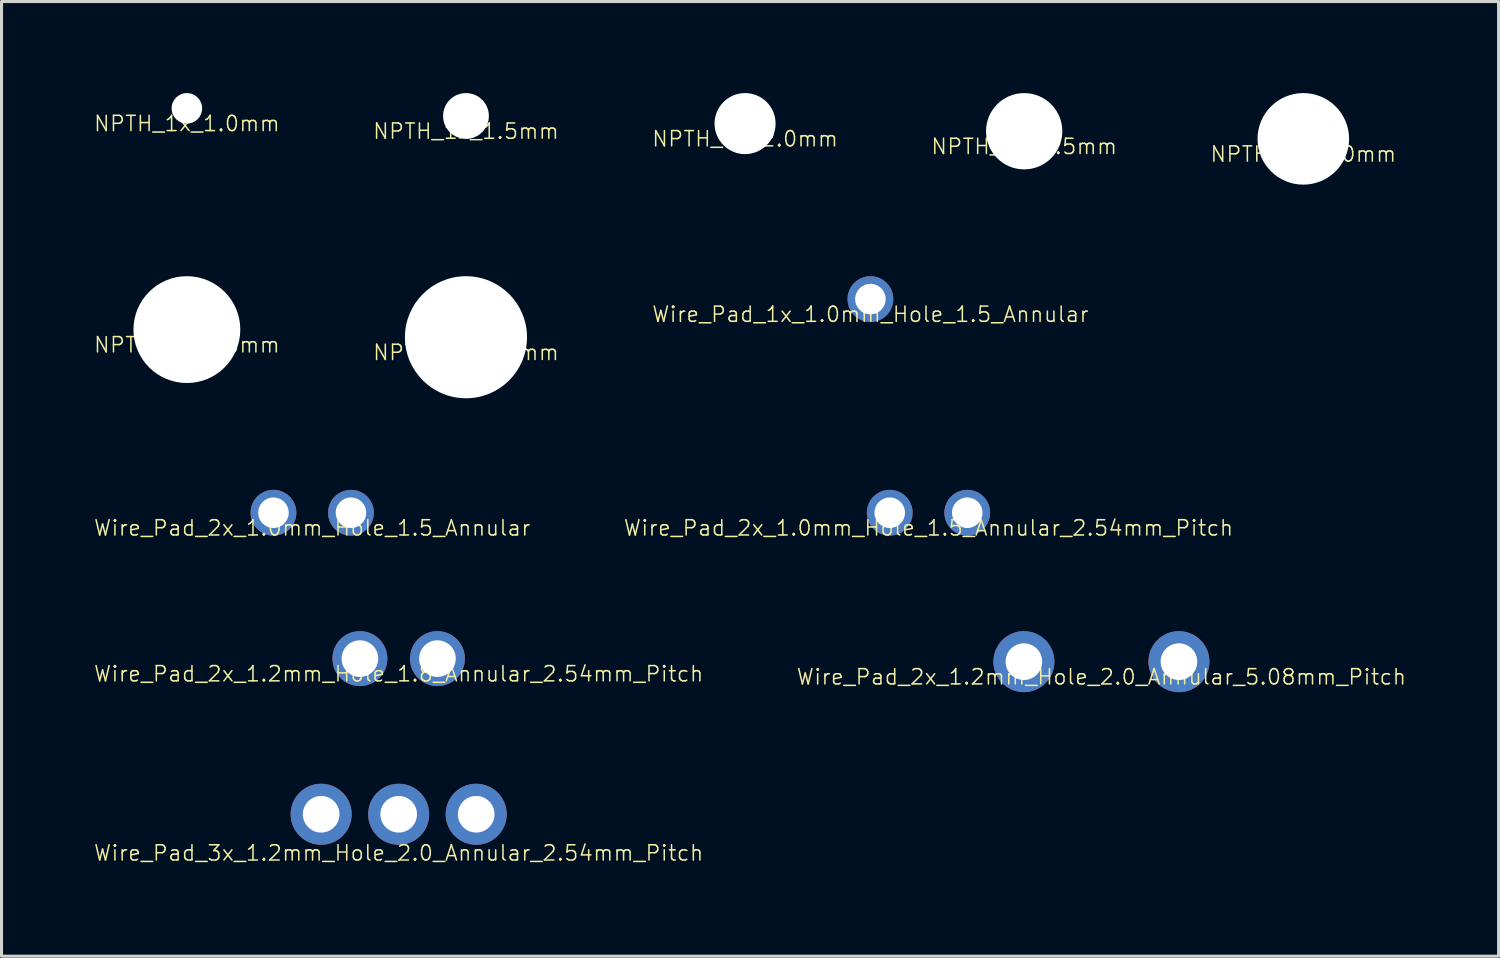
<source format=kicad_pcb>
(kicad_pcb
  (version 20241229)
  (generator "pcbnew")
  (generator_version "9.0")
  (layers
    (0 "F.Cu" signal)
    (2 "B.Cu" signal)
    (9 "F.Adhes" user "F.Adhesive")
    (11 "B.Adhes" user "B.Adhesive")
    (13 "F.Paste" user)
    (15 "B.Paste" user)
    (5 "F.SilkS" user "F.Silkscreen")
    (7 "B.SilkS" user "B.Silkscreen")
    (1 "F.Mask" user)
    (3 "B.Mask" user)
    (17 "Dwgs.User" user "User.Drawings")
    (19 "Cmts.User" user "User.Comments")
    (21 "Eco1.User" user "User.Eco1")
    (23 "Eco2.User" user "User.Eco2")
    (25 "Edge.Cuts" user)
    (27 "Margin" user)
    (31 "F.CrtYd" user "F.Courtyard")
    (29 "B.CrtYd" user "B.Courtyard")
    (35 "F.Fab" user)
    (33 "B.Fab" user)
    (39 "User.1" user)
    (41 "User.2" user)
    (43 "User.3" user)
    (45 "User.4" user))
  (footprint "Wire_Pad_3x_1.2mm_Hole_2.0_Annular_2.54mm_Pitch"
    (layer "F.Cu")
    (at 10.013 23.63)
    (property "Reference" "Wire_Pad_3x_1.2mm_Hole_2.0_Annular_2.54mm_Pitch" (at 0 1.27 0) (layer "F.SilkS") (effects (font (size 0.5 0.5) (thickness 0.05))))
    (attr through_hole)
    (pad "1" thru_hole circle (at -2.54 0) (size 2 2) (drill 1.2) (layers "*.Cu" "*.Mask"))
    (pad "2" thru_hole circle (at 0 0) (size 2 2) (drill 1.2) (layers "*.Cu" "*.Mask"))
    (pad "3" thru_hole circle (at 2.54 0) (size 2 2) (drill 1.2) (layers "*.Cu" "*.Mask")))
  (footprint "NPTH_1x_3.0mm"
    (layer "F.Cu")
    (at 39.654 1.5)
    (property "Reference" "NPTH_1x_3.0mm" (at 0 0.5 0) (layer "F.SilkS") (effects (font (size 0.5 0.5) (thickness 0.05))))
    (attr through_hole)
    (pad "" np_thru_hole circle (at 0 0) (size 3 3) (drill 3) (layers "*.Cu" "*.Mask")))
  (footprint "NPTH_1x_4.0mm"
    (layer "F.Cu")
    (at 12.218 8)
    (property "Reference" "NPTH_1x_4.0mm" (at 0 0.5 0) (layer "F.SilkS") (effects (font (size 0.5 0.5) (thickness 0.05))))
    (attr through_hole)
    (pad "" np_thru_hole circle (at 0 0) (size 4 4) (drill 4) (layers "*.Cu" "*.Mask")))
  (footprint "NPTH_1x_3.5mm"
    (layer "F.Cu")
    (at 3.073 7.75)
    (property "Reference" "NPTH_1x_3.5mm" (at 0 0.5 0) (layer "F.SilkS") (effects (font (size 0.5 0.5) (thickness 0.05))))
    (attr through_hole)
    (pad "" np_thru_hole circle (at 0 0) (size 3.5 3.5) (drill 3.5) (layers "*.Cu" "*.Mask")))
  (footprint "Wire_Pad_2x_1.0mm_Hole_1.5_Annular_2.54mm_Pitch"
    (layer "F.Cu")
    (at 27.373 13.75)
    (property "Reference" "Wire_Pad_2x_1.0mm_Hole_1.5_Annular_2.54mm_Pitch" (at 0 0.5 0) (layer "F.SilkS") (effects (font (size 0.5 0.5) (thickness 0.05))))
    (attr through_hole)
    (pad "1" thru_hole circle (at -1.27 0) (size 1.5 1.5) (drill 1) (layers "*.Cu" "*.Mask"))
    (pad "2" thru_hole circle (at 1.27 0) (size 1.5 1.5) (drill 1) (layers "*.Cu" "*.Mask")))
  (footprint "NPTH_1x_2.5mm"
    (layer "F.Cu")
    (at 30.508 1.25)
    (property "Reference" "NPTH_1x_2.5mm" (at 0 0.5 0) (layer "F.SilkS") (effects (font (size 0.5 0.5) (thickness 0.05))))
    (attr through_hole)
    (pad "" np_thru_hole circle (at 0 0) (size 2.5 2.5) (drill 2.5) (layers "*.Cu" "*.Mask")))
  (footprint "Wire_Pad_2x_1.2mm_Hole_1.8_Annular_2.54mm_Pitch"
    (layer "F.Cu")
    (at 10.013 18.53)
    (property "Reference" "Wire_Pad_2x_1.2mm_Hole_1.8_Annular_2.54mm_Pitch" (at 0 0.5 0) (layer "F.SilkS") (effects (font (size 0.5 0.5) (thickness 0.05))))
    (attr through_hole)
    (pad "1" thru_hole circle (at -1.27 0) (size 1.8 1.8) (drill 1.2) (layers "*.Cu" "*.Mask"))
    (pad "2" thru_hole circle (at 1.27 0) (size 1.8 1.8) (drill 1.2) (layers "*.Cu" "*.Mask")))
  (footprint "NPTH_1x_2.0mm"
    (layer "F.Cu")
    (at 21.363 1)
    (property "Reference" "NPTH_1x_2.0mm" (at 0 0.5 0) (layer "F.SilkS") (effects (font (size 0.5 0.5) (thickness 0.05))))
    (attr through_hole)
    (pad "" np_thru_hole circle (at 0 0) (size 2 2) (drill 2) (layers "*.Cu" "*.Mask")))
  (footprint "Wire_Pad_1x_1.0mm_Hole_1.5_Annular"
    (layer "F.Cu")
    (at 25.47 6.75)
    (property "Reference" "Wire_Pad_1x_1.0mm_Hole_1.5_Annular" (at 0 0.5 0) (layer "F.SilkS") (effects (font (size 0.5 0.5) (thickness 0.05))))
    (attr through_hole)
    (pad "1" thru_hole circle (at 0 0) (size 1.5 1.5) (drill 1) (layers "*.Cu" "*.Mask")))
  (footprint "NPTH_1x_1.0mm"
    (layer "F.Cu")
    (at 3.073 0.5)
    (property "Reference" "NPTH_1x_1.0mm" (at 0 0.5 0) (layer "F.SilkS") (effects (font (size 0.5 0.5) (thickness 0.05))))
    (attr through_hole)
    (pad "" np_thru_hole circle (at 0 0) (size 1 1) (drill 1) (layers "*.Cu" "*.Mask")))
  (footprint "Wire_Pad_2x_1.0mm_Hole_1.5_Annular"
    (layer "F.Cu")
    (at 7.18 13.75)
    (property "Reference" "Wire_Pad_2x_1.0mm_Hole_1.5_Annular" (at 0 0.5 0) (layer "F.SilkS") (effects (font (size 0.5 0.5) (thickness 0.05))))
    (attr through_hole)
    (pad "1" thru_hole circle (at -1.27 0) (size 1.5 1.5) (drill 1) (layers "*.Cu" "*.Mask"))
    (pad "2" thru_hole circle (at 1.27 0) (size 1.5 1.5) (drill 1) (layers "*.Cu" "*.Mask")))
  (footprint "NPTH_1x_1.5mm"
    (layer "F.Cu")
    (at 12.218 0.75)
    (property "Reference" "NPTH_1x_1.5mm" (at 0 0.5 0) (layer "F.SilkS") (effects (font (size 0.5 0.5) (thickness 0.05))))
    (attr through_hole)
    (pad "" np_thru_hole circle (at 0 0) (size 1.5 1.5) (drill 1.5) (layers "*.Cu" "*.Mask")))
  (footprint "Wire_Pad_2x_1.2mm_Hole_2.0_Annular_5.08mm_Pitch"
    (layer "F.Cu")
    (at 33.039 18.63)
    (property "Reference" "Wire_Pad_2x_1.2mm_Hole_2.0_Annular_5.08mm_Pitch" (at 0 0.5 0) (layer "F.SilkS") (effects (font (size 0.5 0.5) (thickness 0.05))))
    (attr through_hole)
    (pad "1" thru_hole circle (at -2.54 0) (size 2 2) (drill 1.2) (layers "*.Cu" "*.Mask"))
    (pad "2" thru_hole circle (at 2.54 0) (size 2 2) (drill 1.2) (layers "*.Cu" "*.Mask")))
  (gr_rect
    (start -3 -3)
    (end 46.052 28.28)
    (stroke (width 0.1) (type default))
    (fill no)
    (layer "Edge.Cuts")))
</source>
